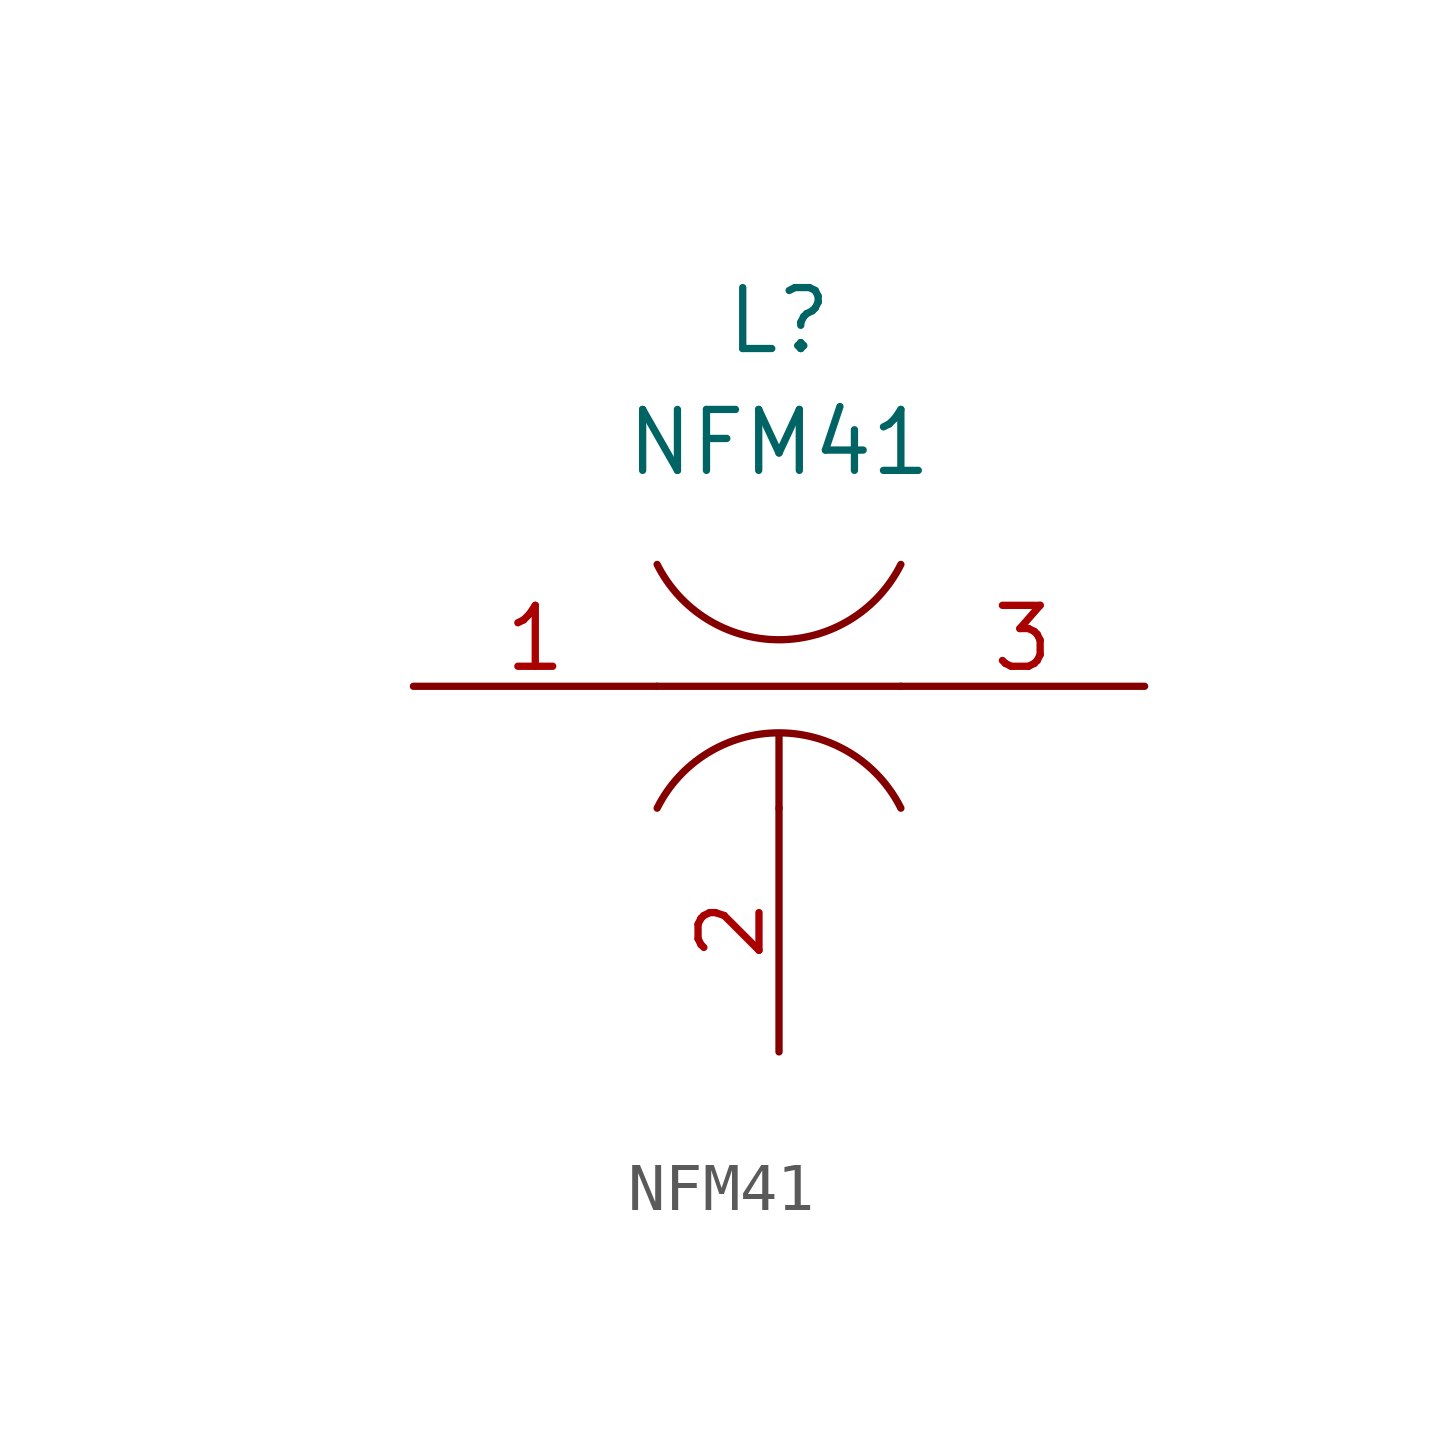
<source format=kicad_sym>
(kicad_symbol_lib
  (version 20231120)
  (generator "kicad_symbol_editor")
  (generator_version "7.99")
  (symbol "NFM41"
    (pin_names
      (offset 1.27) hide)
    (property "Reference" "L"
      (at 0 7.62 0)
      (effects (font (size 1.27 1.27))))
    (property "Value" "NFM41"
      (at 0 5.08 0)
      (effects (font (size 1.27 1.27))))
    (property "Datasheet" ""
      (at -10.16 0 0)
      (effects (font (size 1.27 1.27))))
    (symbol "NFM41_0_1"
      (arc (start -2.54 2.54) (mid 0 0.9702) (end 2.54 2.54) (stroke (width 0) (type default)) (fill (type none)))
      (polyline (pts (xy -2.54 0) (xy 2.54 0)) (stroke (width 0) (type default)) (fill (type none)))
      (polyline (pts (xy 0 -2.54) (xy 0 -1.016)) (stroke (width 0) (type default)) (fill (type none)))
      (arc (start 2.54 -2.54) (mid 0 -0.9702) (end -2.54 -2.54) (stroke (width 0) (type default)) (fill (type none))))
    (symbol "NFM41_1_1"
      (pin power_in line (at -7.62 0 0) (length 5.08) (name "IN" (effects (font (size 1.27 1.27)))) (number "1" (effects (font (size 1.27 1.27)))))
      (pin power_in line (at 0 -7.62 90) (length 5.08) (name "GND" (effects (font (size 1.27 1.27)))) (number "2" (effects (font (size 1.27 1.27)))))
      (pin power_out line (at 7.62 0 180) (length 5.08) (name "OUT" (effects (font (size 1.27 1.27)))) (number "3" (effects (font (size 1.27 1.27))))))))
</source>
